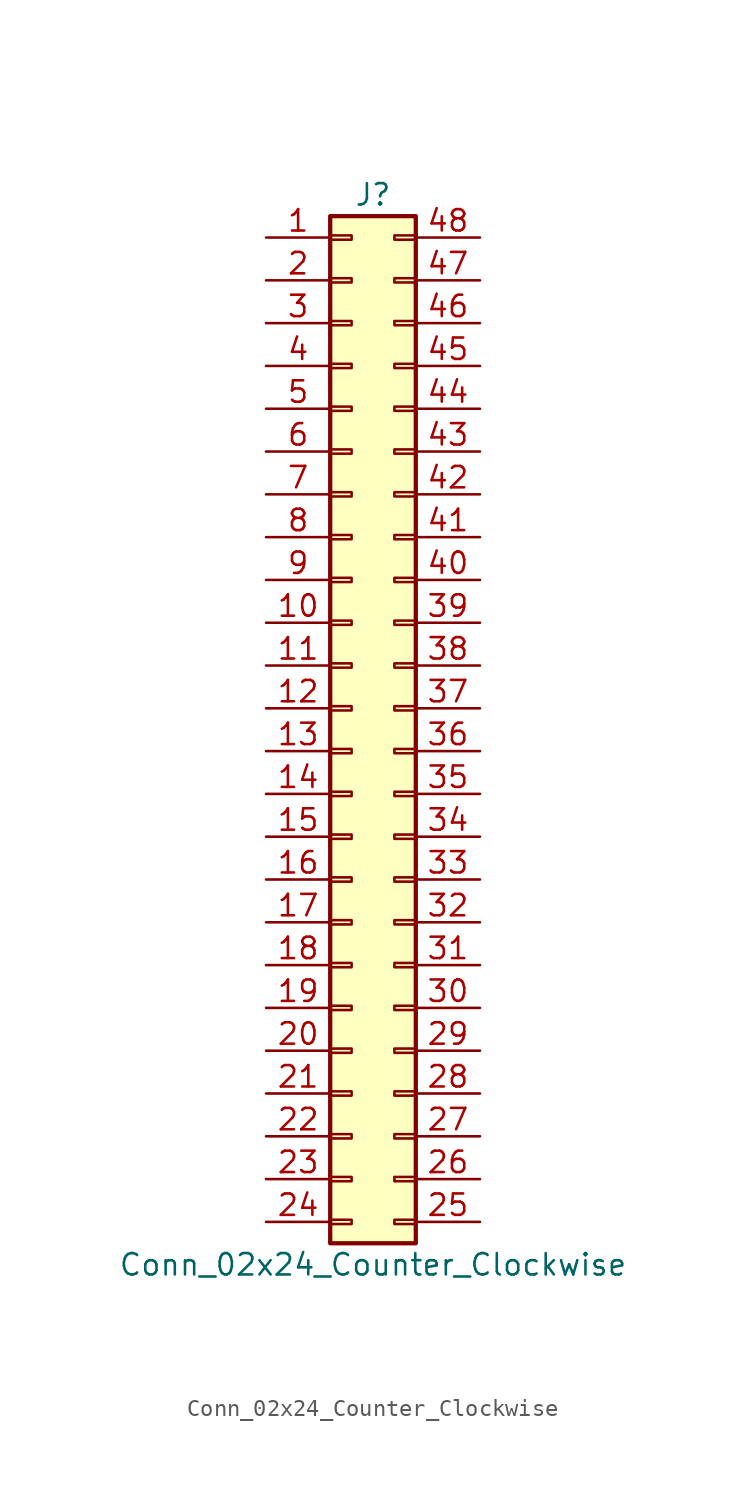
<source format=kicad_sym>
(kicad_symbol_lib
  (version 20220914)
  (generator kicad_symbol_editor)
  (symbol "Conn_02x24_Counter_Clockwise"
    (pin_names
      (offset 1.016) hide)
    (property "Reference" "J"
      (at 1.27 30.48 0)
      (effects (font (size 1.27 1.27))))
    (property "Value" "Conn_02x24_Counter_Clockwise"
      (at 1.27 -33.02 0)
      (effects (font (size 1.27 1.27))))
    (symbol "Conn_02x24_Counter_Clockwise_1_1"
      (rectangle (start -1.27 -30.353) (end 0 -30.607) (stroke (width 0.152) (type solid)) (fill (type none)))
      (rectangle (start -1.27 -27.813) (end 0 -28.067) (stroke (width 0.152) (type solid)) (fill (type none)))
      (rectangle (start -1.27 -25.273) (end 0 -25.527) (stroke (width 0.152) (type solid)) (fill (type none)))
      (rectangle (start -1.27 -22.733) (end 0 -22.987) (stroke (width 0.152) (type solid)) (fill (type none)))
      (rectangle (start -1.27 -20.193) (end 0 -20.447) (stroke (width 0.152) (type solid)) (fill (type none)))
      (rectangle (start -1.27 -17.653) (end 0 -17.907) (stroke (width 0.152) (type solid)) (fill (type none)))
      (rectangle (start -1.27 -15.113) (end 0 -15.367) (stroke (width 0.152) (type solid)) (fill (type none)))
      (rectangle (start -1.27 -12.573) (end 0 -12.827) (stroke (width 0.152) (type solid)) (fill (type none)))
      (rectangle (start -1.27 -10.033) (end 0 -10.287) (stroke (width 0.152) (type solid)) (fill (type none)))
      (rectangle (start -1.27 -7.493) (end 0 -7.747) (stroke (width 0.152) (type solid)) (fill (type none)))
      (rectangle (start -1.27 -4.953) (end 0 -5.207) (stroke (width 0.152) (type solid)) (fill (type none)))
      (rectangle (start -1.27 -2.413) (end 0 -2.667) (stroke (width 0.152) (type solid)) (fill (type none)))
      (rectangle (start -1.27 0.127) (end 0 -0.127) (stroke (width 0.152) (type solid)) (fill (type none)))
      (rectangle (start -1.27 2.667) (end 0 2.413) (stroke (width 0.152) (type solid)) (fill (type none)))
      (rectangle (start -1.27 5.207) (end 0 4.953) (stroke (width 0.152) (type solid)) (fill (type none)))
      (rectangle (start -1.27 7.747) (end 0 7.493) (stroke (width 0.152) (type solid)) (fill (type none)))
      (rectangle (start -1.27 10.287) (end 0 10.033) (stroke (width 0.152) (type solid)) (fill (type none)))
      (rectangle (start -1.27 12.827) (end 0 12.573) (stroke (width 0.152) (type solid)) (fill (type none)))
      (rectangle (start -1.27 15.367) (end 0 15.113) (stroke (width 0.152) (type solid)) (fill (type none)))
      (rectangle (start -1.27 17.907) (end 0 17.653) (stroke (width 0.152) (type solid)) (fill (type none)))
      (rectangle (start -1.27 20.447) (end 0 20.193) (stroke (width 0.152) (type solid)) (fill (type none)))
      (rectangle (start -1.27 22.987) (end 0 22.733) (stroke (width 0.152) (type solid)) (fill (type none)))
      (rectangle (start -1.27 25.527) (end 0 25.273) (stroke (width 0.152) (type solid)) (fill (type none)))
      (rectangle (start -1.27 28.067) (end 0 27.813) (stroke (width 0.152) (type solid)) (fill (type none)))
      (rectangle (start -1.27 29.21) (end 3.81 -31.75) (stroke (width 0.254) (type solid)) (fill (type background)))
      (rectangle (start 3.81 -30.353) (end 2.54 -30.607) (stroke (width 0.152) (type solid)) (fill (type none)))
      (rectangle (start 3.81 -27.813) (end 2.54 -28.067) (stroke (width 0.152) (type solid)) (fill (type none)))
      (rectangle (start 3.81 -25.273) (end 2.54 -25.527) (stroke (width 0.152) (type solid)) (fill (type none)))
      (rectangle (start 3.81 -22.733) (end 2.54 -22.987) (stroke (width 0.152) (type solid)) (fill (type none)))
      (rectangle (start 3.81 -20.193) (end 2.54 -20.447) (stroke (width 0.152) (type solid)) (fill (type none)))
      (rectangle (start 3.81 -17.653) (end 2.54 -17.907) (stroke (width 0.152) (type solid)) (fill (type none)))
      (rectangle (start 3.81 -15.113) (end 2.54 -15.367) (stroke (width 0.152) (type solid)) (fill (type none)))
      (rectangle (start 3.81 -12.573) (end 2.54 -12.827) (stroke (width 0.152) (type solid)) (fill (type none)))
      (rectangle (start 3.81 -10.033) (end 2.54 -10.287) (stroke (width 0.152) (type solid)) (fill (type none)))
      (rectangle (start 3.81 -7.493) (end 2.54 -7.747) (stroke (width 0.152) (type solid)) (fill (type none)))
      (rectangle (start 3.81 -4.953) (end 2.54 -5.207) (stroke (width 0.152) (type solid)) (fill (type none)))
      (rectangle (start 3.81 -2.413) (end 2.54 -2.667) (stroke (width 0.152) (type solid)) (fill (type none)))
      (rectangle (start 3.81 0.127) (end 2.54 -0.127) (stroke (width 0.152) (type solid)) (fill (type none)))
      (rectangle (start 3.81 2.667) (end 2.54 2.413) (stroke (width 0.152) (type solid)) (fill (type none)))
      (rectangle (start 3.81 5.207) (end 2.54 4.953) (stroke (width 0.152) (type solid)) (fill (type none)))
      (rectangle (start 3.81 7.747) (end 2.54 7.493) (stroke (width 0.152) (type solid)) (fill (type none)))
      (rectangle (start 3.81 10.287) (end 2.54 10.033) (stroke (width 0.152) (type solid)) (fill (type none)))
      (rectangle (start 3.81 12.827) (end 2.54 12.573) (stroke (width 0.152) (type solid)) (fill (type none)))
      (rectangle (start 3.81 15.367) (end 2.54 15.113) (stroke (width 0.152) (type solid)) (fill (type none)))
      (rectangle (start 3.81 17.907) (end 2.54 17.653) (stroke (width 0.152) (type solid)) (fill (type none)))
      (rectangle (start 3.81 20.447) (end 2.54 20.193) (stroke (width 0.152) (type solid)) (fill (type none)))
      (rectangle (start 3.81 22.987) (end 2.54 22.733) (stroke (width 0.152) (type solid)) (fill (type none)))
      (rectangle (start 3.81 25.527) (end 2.54 25.273) (stroke (width 0.152) (type solid)) (fill (type none)))
      (rectangle (start 3.81 28.067) (end 2.54 27.813) (stroke (width 0.152) (type solid)) (fill (type none)))
      (pin passive line (at -5.08 27.94 0) (length 3.81) (name "Pin_1" (effects (font (size 1.27 1.27)))) (number "1" (effects (font (size 1.27 1.27)))))
      (pin passive line (at -5.08 5.08 0) (length 3.81) (name "Pin_10" (effects (font (size 1.27 1.27)))) (number "10" (effects (font (size 1.27 1.27)))))
      (pin passive line (at -5.08 2.54 0) (length 3.81) (name "Pin_11" (effects (font (size 1.27 1.27)))) (number "11" (effects (font (size 1.27 1.27)))))
      (pin passive line (at -5.08 0 0) (length 3.81) (name "Pin_12" (effects (font (size 1.27 1.27)))) (number "12" (effects (font (size 1.27 1.27)))))
      (pin passive line (at -5.08 -2.54 0) (length 3.81) (name "Pin_13" (effects (font (size 1.27 1.27)))) (number "13" (effects (font (size 1.27 1.27)))))
      (pin passive line (at -5.08 -5.08 0) (length 3.81) (name "Pin_14" (effects (font (size 1.27 1.27)))) (number "14" (effects (font (size 1.27 1.27)))))
      (pin passive line (at -5.08 -7.62 0) (length 3.81) (name "Pin_15" (effects (font (size 1.27 1.27)))) (number "15" (effects (font (size 1.27 1.27)))))
      (pin passive line (at -5.08 -10.16 0) (length 3.81) (name "Pin_16" (effects (font (size 1.27 1.27)))) (number "16" (effects (font (size 1.27 1.27)))))
      (pin passive line (at -5.08 -12.7 0) (length 3.81) (name "Pin_17" (effects (font (size 1.27 1.27)))) (number "17" (effects (font (size 1.27 1.27)))))
      (pin passive line (at -5.08 -15.24 0) (length 3.81) (name "Pin_18" (effects (font (size 1.27 1.27)))) (number "18" (effects (font (size 1.27 1.27)))))
      (pin passive line (at -5.08 -17.78 0) (length 3.81) (name "Pin_19" (effects (font (size 1.27 1.27)))) (number "19" (effects (font (size 1.27 1.27)))))
      (pin passive line (at -5.08 25.4 0) (length 3.81) (name "Pin_2" (effects (font (size 1.27 1.27)))) (number "2" (effects (font (size 1.27 1.27)))))
      (pin passive line (at -5.08 -20.32 0) (length 3.81) (name "Pin_20" (effects (font (size 1.27 1.27)))) (number "20" (effects (font (size 1.27 1.27)))))
      (pin passive line (at -5.08 -22.86 0) (length 3.81) (name "Pin_21" (effects (font (size 1.27 1.27)))) (number "21" (effects (font (size 1.27 1.27)))))
      (pin passive line (at -5.08 -25.4 0) (length 3.81) (name "Pin_22" (effects (font (size 1.27 1.27)))) (number "22" (effects (font (size 1.27 1.27)))))
      (pin passive line (at -5.08 -27.94 0) (length 3.81) (name "Pin_23" (effects (font (size 1.27 1.27)))) (number "23" (effects (font (size 1.27 1.27)))))
      (pin passive line (at -5.08 -30.48 0) (length 3.81) (name "Pin_24" (effects (font (size 1.27 1.27)))) (number "24" (effects (font (size 1.27 1.27)))))
      (pin passive line (at 7.62 -30.48 180) (length 3.81) (name "Pin_25" (effects (font (size 1.27 1.27)))) (number "25" (effects (font (size 1.27 1.27)))))
      (pin passive line (at 7.62 -27.94 180) (length 3.81) (name "Pin_26" (effects (font (size 1.27 1.27)))) (number "26" (effects (font (size 1.27 1.27)))))
      (pin passive line (at 7.62 -25.4 180) (length 3.81) (name "Pin_27" (effects (font (size 1.27 1.27)))) (number "27" (effects (font (size 1.27 1.27)))))
      (pin passive line (at 7.62 -22.86 180) (length 3.81) (name "Pin_28" (effects (font (size 1.27 1.27)))) (number "28" (effects (font (size 1.27 1.27)))))
      (pin passive line (at 7.62 -20.32 180) (length 3.81) (name "Pin_29" (effects (font (size 1.27 1.27)))) (number "29" (effects (font (size 1.27 1.27)))))
      (pin passive line (at -5.08 22.86 0) (length 3.81) (name "Pin_3" (effects (font (size 1.27 1.27)))) (number "3" (effects (font (size 1.27 1.27)))))
      (pin passive line (at 7.62 -17.78 180) (length 3.81) (name "Pin_30" (effects (font (size 1.27 1.27)))) (number "30" (effects (font (size 1.27 1.27)))))
      (pin passive line (at 7.62 -15.24 180) (length 3.81) (name "Pin_31" (effects (font (size 1.27 1.27)))) (number "31" (effects (font (size 1.27 1.27)))))
      (pin passive line (at 7.62 -12.7 180) (length 3.81) (name "Pin_32" (effects (font (size 1.27 1.27)))) (number "32" (effects (font (size 1.27 1.27)))))
      (pin passive line (at 7.62 -10.16 180) (length 3.81) (name "Pin_33" (effects (font (size 1.27 1.27)))) (number "33" (effects (font (size 1.27 1.27)))))
      (pin passive line (at 7.62 -7.62 180) (length 3.81) (name "Pin_34" (effects (font (size 1.27 1.27)))) (number "34" (effects (font (size 1.27 1.27)))))
      (pin passive line (at 7.62 -5.08 180) (length 3.81) (name "Pin_35" (effects (font (size 1.27 1.27)))) (number "35" (effects (font (size 1.27 1.27)))))
      (pin passive line (at 7.62 -2.54 180) (length 3.81) (name "Pin_36" (effects (font (size 1.27 1.27)))) (number "36" (effects (font (size 1.27 1.27)))))
      (pin passive line (at 7.62 0 180) (length 3.81) (name "Pin_37" (effects (font (size 1.27 1.27)))) (number "37" (effects (font (size 1.27 1.27)))))
      (pin passive line (at 7.62 2.54 180) (length 3.81) (name "Pin_38" (effects (font (size 1.27 1.27)))) (number "38" (effects (font (size 1.27 1.27)))))
      (pin passive line (at 7.62 5.08 180) (length 3.81) (name "Pin_39" (effects (font (size 1.27 1.27)))) (number "39" (effects (font (size 1.27 1.27)))))
      (pin passive line (at -5.08 20.32 0) (length 3.81) (name "Pin_4" (effects (font (size 1.27 1.27)))) (number "4" (effects (font (size 1.27 1.27)))))
      (pin passive line (at 7.62 7.62 180) (length 3.81) (name "Pin_40" (effects (font (size 1.27 1.27)))) (number "40" (effects (font (size 1.27 1.27)))))
      (pin passive line (at 7.62 10.16 180) (length 3.81) (name "Pin_41" (effects (font (size 1.27 1.27)))) (number "41" (effects (font (size 1.27 1.27)))))
      (pin passive line (at 7.62 12.7 180) (length 3.81) (name "Pin_42" (effects (font (size 1.27 1.27)))) (number "42" (effects (font (size 1.27 1.27)))))
      (pin passive line (at 7.62 15.24 180) (length 3.81) (name "Pin_43" (effects (font (size 1.27 1.27)))) (number "43" (effects (font (size 1.27 1.27)))))
      (pin passive line (at 7.62 17.78 180) (length 3.81) (name "Pin_44" (effects (font (size 1.27 1.27)))) (number "44" (effects (font (size 1.27 1.27)))))
      (pin passive line (at 7.62 20.32 180) (length 3.81) (name "Pin_45" (effects (font (size 1.27 1.27)))) (number "45" (effects (font (size 1.27 1.27)))))
      (pin passive line (at 7.62 22.86 180) (length 3.81) (name "Pin_46" (effects (font (size 1.27 1.27)))) (number "46" (effects (font (size 1.27 1.27)))))
      (pin passive line (at 7.62 25.4 180) (length 3.81) (name "Pin_47" (effects (font (size 1.27 1.27)))) (number "47" (effects (font (size 1.27 1.27)))))
      (pin passive line (at 7.62 27.94 180) (length 3.81) (name "Pin_48" (effects (font (size 1.27 1.27)))) (number "48" (effects (font (size 1.27 1.27)))))
      (pin passive line (at -5.08 17.78 0) (length 3.81) (name "Pin_5" (effects (font (size 1.27 1.27)))) (number "5" (effects (font (size 1.27 1.27)))))
      (pin passive line (at -5.08 15.24 0) (length 3.81) (name "Pin_6" (effects (font (size 1.27 1.27)))) (number "6" (effects (font (size 1.27 1.27)))))
      (pin passive line (at -5.08 12.7 0) (length 3.81) (name "Pin_7" (effects (font (size 1.27 1.27)))) (number "7" (effects (font (size 1.27 1.27)))))
      (pin passive line (at -5.08 10.16 0) (length 3.81) (name "Pin_8" (effects (font (size 1.27 1.27)))) (number "8" (effects (font (size 1.27 1.27)))))
      (pin passive line (at -5.08 7.62 0) (length 3.81) (name "Pin_9" (effects (font (size 1.27 1.27)))) (number "9" (effects (font (size 1.27 1.27))))))))
</source>
